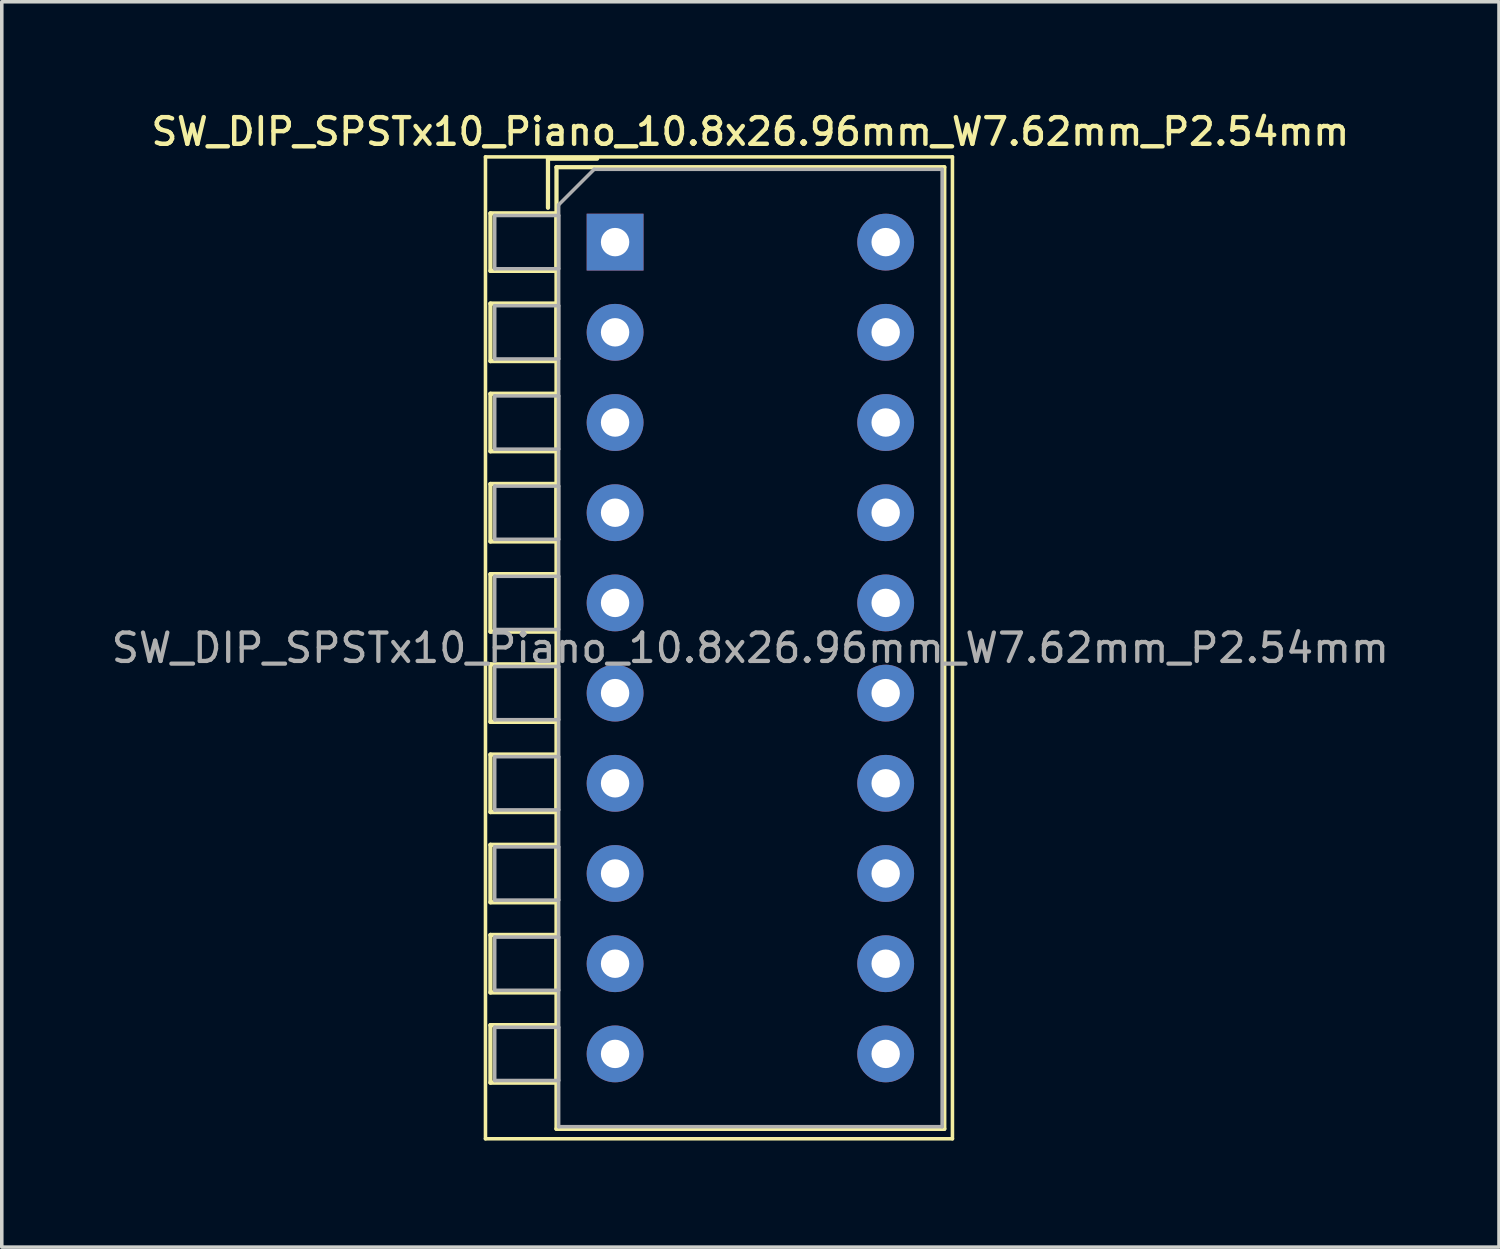
<source format=kicad_pcb>
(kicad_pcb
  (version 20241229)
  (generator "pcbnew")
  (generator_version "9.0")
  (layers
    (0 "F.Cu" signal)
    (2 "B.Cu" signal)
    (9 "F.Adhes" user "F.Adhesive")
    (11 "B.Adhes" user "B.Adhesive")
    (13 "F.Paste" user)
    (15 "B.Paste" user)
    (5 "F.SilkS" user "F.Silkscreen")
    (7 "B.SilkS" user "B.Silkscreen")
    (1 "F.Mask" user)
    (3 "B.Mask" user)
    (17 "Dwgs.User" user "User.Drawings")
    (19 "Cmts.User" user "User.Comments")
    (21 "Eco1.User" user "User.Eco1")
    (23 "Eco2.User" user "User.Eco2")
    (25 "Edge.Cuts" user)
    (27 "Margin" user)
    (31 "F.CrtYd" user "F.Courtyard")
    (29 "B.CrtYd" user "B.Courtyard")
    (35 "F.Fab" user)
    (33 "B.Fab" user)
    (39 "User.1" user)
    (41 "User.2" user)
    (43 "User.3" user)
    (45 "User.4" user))
  (footprint "SW_DIP_SPSTx10_Piano_10.8x26.96mm_W7.62mm_P2.54mm"
    (layer "F.Cu")
    (at 14.271 3.768)
    (property "Reference" "SW_DIP_SPSTx10_Piano_10.8x26.96mm_W7.62mm_P2.54mm" (at 3.81 -3.11 0) (layer "F.SilkS") (effects (font (size 0.75 0.75) (thickness 0.125))))
    (attr through_hole)
    (fp_line (start -3.65 -2.4) (end -3.65 25.25) (stroke (width 0.1) (type solid)) (layer "F.SilkS"))
    (fp_line (start -3.65 25.25) (end 9.5 25.25) (stroke (width 0.1) (type solid)) (layer "F.SilkS"))
    (fp_line (start -3.51 -0.81) (end -3.51 0.81) (stroke (width 0.12) (type solid)) (layer "F.SilkS"))
    (fp_line (start -3.51 -0.81) (end -1.65 -0.81) (stroke (width 0.12) (type solid)) (layer "F.SilkS"))
    (fp_line (start -3.51 0.81) (end -1.65 0.81) (stroke (width 0.12) (type solid)) (layer "F.SilkS"))
    (fp_line (start -3.51 1.73) (end -3.51 3.35) (stroke (width 0.12) (type solid)) (layer "F.SilkS"))
    (fp_line (start -3.51 1.73) (end -1.65 1.73) (stroke (width 0.12) (type solid)) (layer "F.SilkS"))
    (fp_line (start -3.51 3.35) (end -1.65 3.35) (stroke (width 0.12) (type solid)) (layer "F.SilkS"))
    (fp_line (start -3.51 4.27) (end -3.51 5.89) (stroke (width 0.12) (type solid)) (layer "F.SilkS"))
    (fp_line (start -3.51 4.27) (end -1.65 4.27) (stroke (width 0.12) (type solid)) (layer "F.SilkS"))
    (fp_line (start -3.51 5.89) (end -1.65 5.89) (stroke (width 0.12) (type solid)) (layer "F.SilkS"))
    (fp_line (start -3.51 6.81) (end -3.51 8.43) (stroke (width 0.12) (type solid)) (layer "F.SilkS"))
    (fp_line (start -3.51 6.81) (end -1.65 6.81) (stroke (width 0.12) (type solid)) (layer "F.SilkS"))
    (fp_line (start -3.51 8.43) (end -1.65 8.43) (stroke (width 0.12) (type solid)) (layer "F.SilkS"))
    (fp_line (start -3.51 9.35) (end -3.51 10.97) (stroke (width 0.12) (type solid)) (layer "F.SilkS"))
    (fp_line (start -3.51 9.35) (end -1.65 9.35) (stroke (width 0.12) (type solid)) (layer "F.SilkS"))
    (fp_line (start -3.51 10.97) (end -1.65 10.97) (stroke (width 0.12) (type solid)) (layer "F.SilkS"))
    (fp_line (start -3.51 11.89) (end -3.51 13.51) (stroke (width 0.12) (type solid)) (layer "F.SilkS"))
    (fp_line (start -3.51 11.89) (end -1.65 11.89) (stroke (width 0.12) (type solid)) (layer "F.SilkS"))
    (fp_line (start -3.51 13.51) (end -1.65 13.51) (stroke (width 0.12) (type solid)) (layer "F.SilkS"))
    (fp_line (start -3.51 14.43) (end -3.51 16.05) (stroke (width 0.12) (type solid)) (layer "F.SilkS"))
    (fp_line (start -3.51 14.43) (end -1.65 14.43) (stroke (width 0.12) (type solid)) (layer "F.SilkS"))
    (fp_line (start -3.51 16.05) (end -1.65 16.05) (stroke (width 0.12) (type solid)) (layer "F.SilkS"))
    (fp_line (start -3.51 16.971) (end -3.51 18.591) (stroke (width 0.12) (type solid)) (layer "F.SilkS"))
    (fp_line (start -3.51 16.971) (end -1.65 16.971) (stroke (width 0.12) (type solid)) (layer "F.SilkS"))
    (fp_line (start -3.51 18.591) (end -1.65 18.591) (stroke (width 0.12) (type solid)) (layer "F.SilkS"))
    (fp_line (start -3.51 19.51) (end -3.51 21.131) (stroke (width 0.12) (type solid)) (layer "F.SilkS"))
    (fp_line (start -3.51 19.51) (end -1.65 19.51) (stroke (width 0.12) (type solid)) (layer "F.SilkS"))
    (fp_line (start -3.51 21.131) (end -1.65 21.131) (stroke (width 0.12) (type solid)) (layer "F.SilkS"))
    (fp_line (start -3.51 22.05) (end -3.51 23.67) (stroke (width 0.12) (type solid)) (layer "F.SilkS"))
    (fp_line (start -3.51 22.05) (end -1.65 22.05) (stroke (width 0.12) (type solid)) (layer "F.SilkS"))
    (fp_line (start -3.51 23.67) (end -1.65 23.67) (stroke (width 0.12) (type solid)) (layer "F.SilkS"))
    (fp_line (start -1.89 -2.35) (end -1.89 -0.967) (stroke (width 0.12) (type solid)) (layer "F.SilkS"))
    (fp_line (start -1.89 -2.35) (end -0.507 -2.35) (stroke (width 0.12) (type solid)) (layer "F.SilkS"))
    (fp_line (start -1.65 -2.11) (end -1.65 24.971) (stroke (width 0.12) (type solid)) (layer "F.SilkS"))
    (fp_line (start -1.65 -2.11) (end 9.27 -2.11) (stroke (width 0.12) (type solid)) (layer "F.SilkS"))
    (fp_line (start -1.65 -0.81) (end -1.65 0.81) (stroke (width 0.12) (type solid)) (layer "F.SilkS"))
    (fp_line (start -1.65 1.73) (end -1.65 3.35) (stroke (width 0.12) (type solid)) (layer "F.SilkS"))
    (fp_line (start -1.65 4.27) (end -1.65 5.89) (stroke (width 0.12) (type solid)) (layer "F.SilkS"))
    (fp_line (start -1.65 6.81) (end -1.65 8.43) (stroke (width 0.12) (type solid)) (layer "F.SilkS"))
    (fp_line (start -1.65 9.35) (end -1.65 10.97) (stroke (width 0.12) (type solid)) (layer "F.SilkS"))
    (fp_line (start -1.65 11.89) (end -1.65 13.51) (stroke (width 0.12) (type solid)) (layer "F.SilkS"))
    (fp_line (start -1.65 14.43) (end -1.65 16.05) (stroke (width 0.12) (type solid)) (layer "F.SilkS"))
    (fp_line (start -1.65 16.971) (end -1.65 18.591) (stroke (width 0.12) (type solid)) (layer "F.SilkS"))
    (fp_line (start -1.65 19.51) (end -1.65 21.131) (stroke (width 0.12) (type solid)) (layer "F.SilkS"))
    (fp_line (start -1.65 22.05) (end -1.65 23.67) (stroke (width 0.12) (type solid)) (layer "F.SilkS"))
    (fp_line (start -1.65 24.971) (end 9.27 24.971) (stroke (width 0.12) (type solid)) (layer "F.SilkS"))
    (fp_line (start 9.27 -2.11) (end 9.27 24.971) (stroke (width 0.12) (type solid)) (layer "F.SilkS"))
    (fp_line (start 9.5 -2.4) (end -3.65 -2.4) (stroke (width 0.1) (type solid)) (layer "F.SilkS"))
    (fp_line (start 9.5 25.25) (end 9.5 -2.4) (stroke (width 0.1) (type solid)) (layer "F.SilkS"))
    (fp_line (start -3.39 -0.75) (end -1.59 -0.75) (stroke (width 0.1) (type solid)) (layer "F.Fab"))
    (fp_line (start -3.39 0.75) (end -3.39 -0.75) (stroke (width 0.1) (type solid)) (layer "F.Fab"))
    (fp_line (start -3.39 1.79) (end -1.59 1.79) (stroke (width 0.1) (type solid)) (layer "F.Fab"))
    (fp_line (start -3.39 3.29) (end -3.39 1.79) (stroke (width 0.1) (type solid)) (layer "F.Fab"))
    (fp_line (start -3.39 4.33) (end -1.59 4.33) (stroke (width 0.1) (type solid)) (layer "F.Fab"))
    (fp_line (start -3.39 5.83) (end -3.39 4.33) (stroke (width 0.1) (type solid)) (layer "F.Fab"))
    (fp_line (start -3.39 6.87) (end -1.59 6.87) (stroke (width 0.1) (type solid)) (layer "F.Fab"))
    (fp_line (start -3.39 8.37) (end -3.39 6.87) (stroke (width 0.1) (type solid)) (layer "F.Fab"))
    (fp_line (start -3.39 9.41) (end -1.59 9.41) (stroke (width 0.1) (type solid)) (layer "F.Fab"))
    (fp_line (start -3.39 10.91) (end -3.39 9.41) (stroke (width 0.1) (type solid)) (layer "F.Fab"))
    (fp_line (start -3.39 11.95) (end -1.59 11.95) (stroke (width 0.1) (type solid)) (layer "F.Fab"))
    (fp_line (start -3.39 13.45) (end -3.39 11.95) (stroke (width 0.1) (type solid)) (layer "F.Fab"))
    (fp_line (start -3.39 14.49) (end -1.59 14.49) (stroke (width 0.1) (type solid)) (layer "F.Fab"))
    (fp_line (start -3.39 15.99) (end -3.39 14.49) (stroke (width 0.1) (type solid)) (layer "F.Fab"))
    (fp_line (start -3.39 17.03) (end -1.59 17.03) (stroke (width 0.1) (type solid)) (layer "F.Fab"))
    (fp_line (start -3.39 18.53) (end -3.39 17.03) (stroke (width 0.1) (type solid)) (layer "F.Fab"))
    (fp_line (start -3.39 19.57) (end -1.59 19.57) (stroke (width 0.1) (type solid)) (layer "F.Fab"))
    (fp_line (start -3.39 21.07) (end -3.39 19.57) (stroke (width 0.1) (type solid)) (layer "F.Fab"))
    (fp_line (start -3.39 22.11) (end -1.59 22.11) (stroke (width 0.1) (type solid)) (layer "F.Fab"))
    (fp_line (start -3.39 23.61) (end -3.39 22.11) (stroke (width 0.1) (type solid)) (layer "F.Fab"))
    (fp_line (start -1.59 -1.05) (end -0.59 -2.05) (stroke (width 0.1) (type solid)) (layer "F.Fab"))
    (fp_line (start -1.59 -0.75) (end -1.59 0.75) (stroke (width 0.1) (type solid)) (layer "F.Fab"))
    (fp_line (start -1.59 0.75) (end -3.39 0.75) (stroke (width 0.1) (type solid)) (layer "F.Fab"))
    (fp_line (start -1.59 1.79) (end -1.59 3.29) (stroke (width 0.1) (type solid)) (layer "F.Fab"))
    (fp_line (start -1.59 3.29) (end -3.39 3.29) (stroke (width 0.1) (type solid)) (layer "F.Fab"))
    (fp_line (start -1.59 4.33) (end -1.59 5.83) (stroke (width 0.1) (type solid)) (layer "F.Fab"))
    (fp_line (start -1.59 5.83) (end -3.39 5.83) (stroke (width 0.1) (type solid)) (layer "F.Fab"))
    (fp_line (start -1.59 6.87) (end -1.59 8.37) (stroke (width 0.1) (type solid)) (layer "F.Fab"))
    (fp_line (start -1.59 8.37) (end -3.39 8.37) (stroke (width 0.1) (type solid)) (layer "F.Fab"))
    (fp_line (start -1.59 9.41) (end -1.59 10.91) (stroke (width 0.1) (type solid)) (layer "F.Fab"))
    (fp_line (start -1.59 10.91) (end -3.39 10.91) (stroke (width 0.1) (type solid)) (layer "F.Fab"))
    (fp_line (start -1.59 11.95) (end -1.59 13.45) (stroke (width 0.1) (type solid)) (layer "F.Fab"))
    (fp_line (start -1.59 13.45) (end -3.39 13.45) (stroke (width 0.1) (type solid)) (layer "F.Fab"))
    (fp_line (start -1.59 14.49) (end -1.59 15.99) (stroke (width 0.1) (type solid)) (layer "F.Fab"))
    (fp_line (start -1.59 15.99) (end -3.39 15.99) (stroke (width 0.1) (type solid)) (layer "F.Fab"))
    (fp_line (start -1.59 17.03) (end -1.59 18.53) (stroke (width 0.1) (type solid)) (layer "F.Fab"))
    (fp_line (start -1.59 18.53) (end -3.39 18.53) (stroke (width 0.1) (type solid)) (layer "F.Fab"))
    (fp_line (start -1.59 19.57) (end -1.59 21.07) (stroke (width 0.1) (type solid)) (layer "F.Fab"))
    (fp_line (start -1.59 21.07) (end -3.39 21.07) (stroke (width 0.1) (type solid)) (layer "F.Fab"))
    (fp_line (start -1.59 22.11) (end -1.59 23.61) (stroke (width 0.1) (type solid)) (layer "F.Fab"))
    (fp_line (start -1.59 23.61) (end -3.39 23.61) (stroke (width 0.1) (type solid)) (layer "F.Fab"))
    (fp_line (start -1.59 24.91) (end -1.59 -1.05) (stroke (width 0.1) (type solid)) (layer "F.Fab"))
    (fp_line (start -0.59 -2.05) (end 9.21 -2.05) (stroke (width 0.1) (type solid)) (layer "F.Fab"))
    (fp_line (start 9.21 -2.05) (end 9.21 24.91) (stroke (width 0.1) (type solid)) (layer "F.Fab"))
    (fp_line (start 9.21 24.91) (end -1.59 24.91) (stroke (width 0.1) (type solid)) (layer "F.Fab"))
    (fp_text user "${REFERENCE}" (at 3.81 11.43 0) (layer "F.Fab") (effects (font (size 0.8 0.8) (thickness 0.12))))
    (pad "1" thru_hole rect (at 0 0) (size 1.6 1.6) (drill 0.8) (layers "*.Cu" "*.Mask"))
    (pad "2" thru_hole oval (at 0 2.54) (size 1.6 1.6) (drill 0.8) (layers "*.Cu" "*.Mask"))
    (pad "3" thru_hole oval (at 0 5.08) (size 1.6 1.6) (drill 0.8) (layers "*.Cu" "*.Mask"))
    (pad "4" thru_hole oval (at 0 7.62) (size 1.6 1.6) (drill 0.8) (layers "*.Cu" "*.Mask"))
    (pad "5" thru_hole oval (at 0 10.16) (size 1.6 1.6) (drill 0.8) (layers "*.Cu" "*.Mask"))
    (pad "6" thru_hole oval (at 0 12.7) (size 1.6 1.6) (drill 0.8) (layers "*.Cu" "*.Mask"))
    (pad "7" thru_hole oval (at 0 15.24) (size 1.6 1.6) (drill 0.8) (layers "*.Cu" "*.Mask"))
    (pad "8" thru_hole oval (at 0 17.78) (size 1.6 1.6) (drill 0.8) (layers "*.Cu" "*.Mask"))
    (pad "9" thru_hole oval (at 0 20.32) (size 1.6 1.6) (drill 0.8) (layers "*.Cu" "*.Mask"))
    (pad "10" thru_hole oval (at 0 22.86) (size 1.6 1.6) (drill 0.8) (layers "*.Cu" "*.Mask"))
    (pad "11" thru_hole oval (at 7.62 22.86) (size 1.6 1.6) (drill 0.8) (layers "*.Cu" "*.Mask"))
    (pad "12" thru_hole oval (at 7.62 20.32) (size 1.6 1.6) (drill 0.8) (layers "*.Cu" "*.Mask"))
    (pad "13" thru_hole oval (at 7.62 17.78) (size 1.6 1.6) (drill 0.8) (layers "*.Cu" "*.Mask"))
    (pad "14" thru_hole oval (at 7.62 15.24) (size 1.6 1.6) (drill 0.8) (layers "*.Cu" "*.Mask"))
    (pad "15" thru_hole oval (at 7.62 12.7) (size 1.6 1.6) (drill 0.8) (layers "*.Cu" "*.Mask"))
    (pad "16" thru_hole oval (at 7.62 10.16) (size 1.6 1.6) (drill 0.8) (layers "*.Cu" "*.Mask"))
    (pad "17" thru_hole oval (at 7.62 7.62) (size 1.6 1.6) (drill 0.8) (layers "*.Cu" "*.Mask"))
    (pad "18" thru_hole oval (at 7.62 5.08) (size 1.6 1.6) (drill 0.8) (layers "*.Cu" "*.Mask"))
    (pad "19" thru_hole oval (at 7.62 2.54) (size 1.6 1.6) (drill 0.8) (layers "*.Cu" "*.Mask"))
    (pad "20" thru_hole oval (at 7.62 0) (size 1.6 1.6) (drill 0.8) (layers "*.Cu" "*.Mask")))
  (gr_rect
    (start -3 -3)
    (end 39.162 32.068)
    (stroke (width 0.1) (type default))
    (fill no)
    (layer "Edge.Cuts")))
</source>
